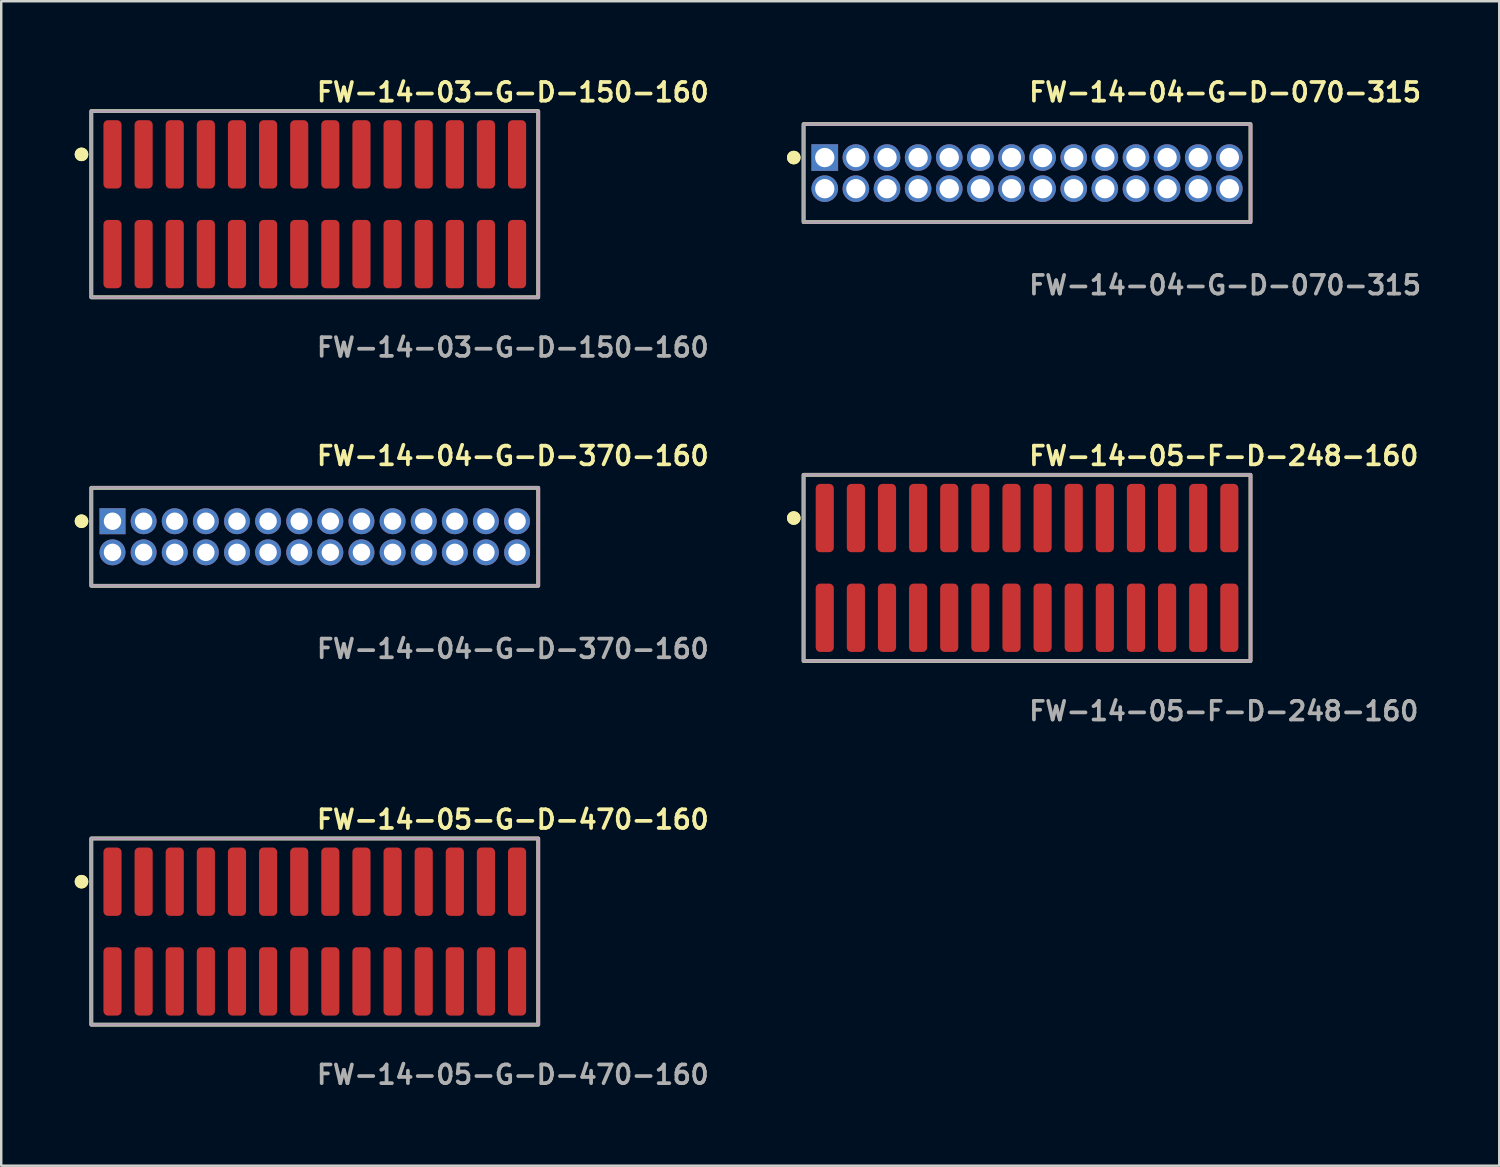
<source format=kicad_pcb>
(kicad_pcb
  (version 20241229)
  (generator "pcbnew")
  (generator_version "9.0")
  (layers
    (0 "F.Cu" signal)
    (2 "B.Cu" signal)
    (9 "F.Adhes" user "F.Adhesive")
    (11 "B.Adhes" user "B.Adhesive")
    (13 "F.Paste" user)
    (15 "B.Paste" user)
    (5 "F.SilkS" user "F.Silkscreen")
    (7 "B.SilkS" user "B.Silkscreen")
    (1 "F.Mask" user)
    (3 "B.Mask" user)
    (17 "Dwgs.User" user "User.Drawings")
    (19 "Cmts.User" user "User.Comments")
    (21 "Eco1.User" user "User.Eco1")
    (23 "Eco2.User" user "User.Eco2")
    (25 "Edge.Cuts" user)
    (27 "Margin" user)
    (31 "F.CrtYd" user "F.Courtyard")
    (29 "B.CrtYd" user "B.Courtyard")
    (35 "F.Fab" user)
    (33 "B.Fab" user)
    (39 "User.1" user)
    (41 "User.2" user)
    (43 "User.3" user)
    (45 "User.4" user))
  (footprint "FW-14-05-F-D-248-160"
    (layer "F.Cu")
    (at 38.863 20.126)
    (property "Reference" "FW-14-05-F-D-248-160" (at 0 -4.572 0) (unlocked yes) (layer "F.SilkS") (effects (font (size 0.762 0.762) (thickness 0.152)) (justify left)))
    (fp_rect (start -9.12 3.8) (end 9.12 -3.8) (stroke (width 0.152) (type solid)) (fill no) (layer "F.SilkS"))
    (fp_circle (center -9.52 -2.035) (end -9.72 -2.035) (stroke (width 0.152) (type solid)) (fill yes) (layer "F.SilkS"))
    (fp_circle (center -9.52 -2.035) (end -9.72 -2.035) (stroke (width 0.152) (type solid)) (fill yes) (layer "F.SilkS"))
    (fp_rect (start -9.12 3.8) (end 9.12 -3.8) (stroke (width 0.006) (type solid)) (fill no) (layer "F.CrtYd"))
    (fp_rect (start -9.12 3.8) (end 9.12 -3.8) (stroke (width 0.152) (type solid)) (fill no) (layer "F.Fab"))
    (fp_text user "${REFERENCE}" (at 0 5.842 0) (unlocked yes) (layer "F.Fab") (effects (font (size 0.762 0.762) (thickness 0.152)) (justify left)))
    (pad "1" smd roundrect (at -8.255 -2.035) (size 0.74 2.79) (layers "F.Cu" "F.Paste") (roundrect_rratio 0.25))
    (pad "2" smd roundrect (at -8.255 2.035) (size 0.74 2.79) (layers "F.Cu" "F.Paste") (roundrect_rratio 0.25))
    (pad "3" smd roundrect (at -6.985 -2.035) (size 0.74 2.79) (layers "F.Cu" "F.Paste") (roundrect_rratio 0.25))
    (pad "4" smd roundrect (at -6.985 2.035) (size 0.74 2.79) (layers "F.Cu" "F.Paste") (roundrect_rratio 0.25))
    (pad "5" smd roundrect (at -5.715 -2.035) (size 0.74 2.79) (layers "F.Cu" "F.Paste") (roundrect_rratio 0.25))
    (pad "6" smd roundrect (at -5.715 2.035) (size 0.74 2.79) (layers "F.Cu" "F.Paste") (roundrect_rratio 0.25))
    (pad "7" smd roundrect (at -4.445 -2.035) (size 0.74 2.79) (layers "F.Cu" "F.Paste") (roundrect_rratio 0.25))
    (pad "8" smd roundrect (at -4.445 2.035) (size 0.74 2.79) (layers "F.Cu" "F.Paste") (roundrect_rratio 0.25))
    (pad "9" smd roundrect (at -3.175 -2.035) (size 0.74 2.79) (layers "F.Cu" "F.Paste") (roundrect_rratio 0.25))
    (pad "10" smd roundrect (at -3.175 2.035) (size 0.74 2.79) (layers "F.Cu" "F.Paste") (roundrect_rratio 0.25))
    (pad "11" smd roundrect (at -1.905 -2.035) (size 0.74 2.79) (layers "F.Cu" "F.Paste") (roundrect_rratio 0.25))
    (pad "12" smd roundrect (at -1.905 2.035) (size 0.74 2.79) (layers "F.Cu" "F.Paste") (roundrect_rratio 0.25))
    (pad "13" smd roundrect (at -0.635 -2.035) (size 0.74 2.79) (layers "F.Cu" "F.Paste") (roundrect_rratio 0.25))
    (pad "14" smd roundrect (at -0.635 2.035) (size 0.74 2.79) (layers "F.Cu" "F.Paste") (roundrect_rratio 0.25))
    (pad "15" smd roundrect (at 0.635 -2.035) (size 0.74 2.79) (layers "F.Cu" "F.Paste") (roundrect_rratio 0.25))
    (pad "16" smd roundrect (at 0.635 2.035) (size 0.74 2.79) (layers "F.Cu" "F.Paste") (roundrect_rratio 0.25))
    (pad "17" smd roundrect (at 1.905 -2.035) (size 0.74 2.79) (layers "F.Cu" "F.Paste") (roundrect_rratio 0.25))
    (pad "18" smd roundrect (at 1.905 2.035) (size 0.74 2.79) (layers "F.Cu" "F.Paste") (roundrect_rratio 0.25))
    (pad "19" smd roundrect (at 3.175 -2.035) (size 0.74 2.79) (layers "F.Cu" "F.Paste") (roundrect_rratio 0.25))
    (pad "20" smd roundrect (at 3.175 2.035) (size 0.74 2.79) (layers "F.Cu" "F.Paste") (roundrect_rratio 0.25))
    (pad "21" smd roundrect (at 4.445 -2.035) (size 0.74 2.79) (layers "F.Cu" "F.Paste") (roundrect_rratio 0.25))
    (pad "22" smd roundrect (at 4.445 2.035) (size 0.74 2.79) (layers "F.Cu" "F.Paste") (roundrect_rratio 0.25))
    (pad "23" smd roundrect (at 5.715 -2.035) (size 0.74 2.79) (layers "F.Cu" "F.Paste") (roundrect_rratio 0.25))
    (pad "24" smd roundrect (at 5.715 2.035) (size 0.74 2.79) (layers "F.Cu" "F.Paste") (roundrect_rratio 0.25))
    (pad "25" smd roundrect (at 6.985 -2.035) (size 0.74 2.79) (layers "F.Cu" "F.Paste") (roundrect_rratio 0.25))
    (pad "26" smd roundrect (at 6.985 2.035) (size 0.74 2.79) (layers "F.Cu" "F.Paste") (roundrect_rratio 0.25))
    (pad "27" smd roundrect (at 8.255 -2.035) (size 0.74 2.79) (layers "F.Cu" "F.Paste") (roundrect_rratio 0.25))
    (pad "28" smd roundrect (at 8.255 2.035) (size 0.74 2.79) (layers "F.Cu" "F.Paste") (roundrect_rratio 0.25)))
  (footprint "FW-14-04-G-D-070-315"
    (layer "F.Cu")
    (at 38.863 4.015)
    (property "Reference" "FW-14-04-G-D-070-315" (at 0 -3.302 0) (unlocked yes) (layer "F.SilkS") (effects (font (size 0.762 0.762) (thickness 0.152)) (justify left)))
    (fp_rect (start -9.12 2) (end 9.12 -2) (stroke (width 0.152) (type solid)) (fill no) (layer "F.SilkS"))
    (fp_circle (center -9.52 -0.635) (end -9.72 -0.635) (stroke (width 0.152) (type solid)) (fill yes) (layer "F.SilkS"))
    (fp_circle (center -9.52 -0.635) (end -9.72 -0.635) (stroke (width 0.152) (type solid)) (fill yes) (layer "F.SilkS"))
    (fp_rect (start -9.12 2) (end 9.12 -2) (stroke (width 0.006) (type solid)) (fill no) (layer "F.CrtYd"))
    (fp_rect (start -9.12 2) (end 9.12 -2) (stroke (width 0.152) (type solid)) (fill no) (layer "F.Fab"))
    (fp_text user "${REFERENCE}" (at 0 4.572 0) (unlocked yes) (layer "F.Fab") (effects (font (size 0.762 0.762) (thickness 0.152)) (justify left)))
    (pad "1" thru_hole rect (at -8.255 -0.635) (size 1.087 1.087) (drill 0.787) (layers "*.Cu" "*.Mask"))
    (pad "2" thru_hole circle (at -8.255 0.635) (size 1.087 1.087) (drill 0.787) (layers "*.Cu" "*.Mask"))
    (pad "3" thru_hole circle (at -6.985 -0.635) (size 1.087 1.087) (drill 0.787) (layers "*.Cu" "*.Mask"))
    (pad "4" thru_hole circle (at -6.985 0.635) (size 1.087 1.087) (drill 0.787) (layers "*.Cu" "*.Mask"))
    (pad "5" thru_hole circle (at -5.715 -0.635) (size 1.087 1.087) (drill 0.787) (layers "*.Cu" "*.Mask"))
    (pad "6" thru_hole circle (at -5.715 0.635) (size 1.087 1.087) (drill 0.787) (layers "*.Cu" "*.Mask"))
    (pad "7" thru_hole circle (at -4.445 -0.635) (size 1.087 1.087) (drill 0.787) (layers "*.Cu" "*.Mask"))
    (pad "8" thru_hole circle (at -4.445 0.635) (size 1.087 1.087) (drill 0.787) (layers "*.Cu" "*.Mask"))
    (pad "9" thru_hole circle (at -3.175 -0.635) (size 1.087 1.087) (drill 0.787) (layers "*.Cu" "*.Mask"))
    (pad "10" thru_hole circle (at -3.175 0.635) (size 1.087 1.087) (drill 0.787) (layers "*.Cu" "*.Mask"))
    (pad "11" thru_hole circle (at -1.905 -0.635) (size 1.087 1.087) (drill 0.787) (layers "*.Cu" "*.Mask"))
    (pad "12" thru_hole circle (at -1.905 0.635) (size 1.087 1.087) (drill 0.787) (layers "*.Cu" "*.Mask"))
    (pad "13" thru_hole circle (at -0.635 -0.635) (size 1.087 1.087) (drill 0.787) (layers "*.Cu" "*.Mask"))
    (pad "14" thru_hole circle (at -0.635 0.635) (size 1.087 1.087) (drill 0.787) (layers "*.Cu" "*.Mask"))
    (pad "15" thru_hole circle (at 0.635 -0.635) (size 1.087 1.087) (drill 0.787) (layers "*.Cu" "*.Mask"))
    (pad "16" thru_hole circle (at 0.635 0.635) (size 1.087 1.087) (drill 0.787) (layers "*.Cu" "*.Mask"))
    (pad "17" thru_hole circle (at 1.905 -0.635) (size 1.087 1.087) (drill 0.787) (layers "*.Cu" "*.Mask"))
    (pad "18" thru_hole circle (at 1.905 0.635) (size 1.087 1.087) (drill 0.787) (layers "*.Cu" "*.Mask"))
    (pad "19" thru_hole circle (at 3.175 -0.635) (size 1.087 1.087) (drill 0.787) (layers "*.Cu" "*.Mask"))
    (pad "20" thru_hole circle (at 3.175 0.635) (size 1.087 1.087) (drill 0.787) (layers "*.Cu" "*.Mask"))
    (pad "21" thru_hole circle (at 4.445 -0.635) (size 1.087 1.087) (drill 0.787) (layers "*.Cu" "*.Mask"))
    (pad "22" thru_hole circle (at 4.445 0.635) (size 1.087 1.087) (drill 0.787) (layers "*.Cu" "*.Mask"))
    (pad "23" thru_hole circle (at 5.715 -0.635) (size 1.087 1.087) (drill 0.787) (layers "*.Cu" "*.Mask"))
    (pad "24" thru_hole circle (at 5.715 0.635) (size 1.087 1.087) (drill 0.787) (layers "*.Cu" "*.Mask"))
    (pad "25" thru_hole circle (at 6.985 -0.635) (size 1.087 1.087) (drill 0.787) (layers "*.Cu" "*.Mask"))
    (pad "26" thru_hole circle (at 6.985 0.635) (size 1.087 1.087) (drill 0.787) (layers "*.Cu" "*.Mask"))
    (pad "27" thru_hole circle (at 8.255 -0.635) (size 1.087 1.087) (drill 0.787) (layers "*.Cu" "*.Mask"))
    (pad "28" thru_hole circle (at 8.255 0.635) (size 1.087 1.087) (drill 0.787) (layers "*.Cu" "*.Mask")))
  (footprint "FW-14-03-G-D-150-160"
    (layer "F.Cu")
    (at 9.796 5.285)
    (property "Reference" "FW-14-03-G-D-150-160" (at 0 -4.572 0) (unlocked yes) (layer "F.SilkS") (effects (font (size 0.762 0.762) (thickness 0.152)) (justify left)))
    (fp_rect (start -9.12 3.8) (end 9.12 -3.8) (stroke (width 0.152) (type solid)) (fill no) (layer "F.SilkS"))
    (fp_circle (center -9.52 -2.035) (end -9.72 -2.035) (stroke (width 0.152) (type solid)) (fill yes) (layer "F.SilkS"))
    (fp_circle (center -9.52 -2.035) (end -9.72 -2.035) (stroke (width 0.152) (type solid)) (fill yes) (layer "F.SilkS"))
    (fp_rect (start -9.12 3.8) (end 9.12 -3.8) (stroke (width 0.006) (type solid)) (fill no) (layer "F.CrtYd"))
    (fp_rect (start -9.12 3.8) (end 9.12 -3.8) (stroke (width 0.152) (type solid)) (fill no) (layer "F.Fab"))
    (fp_text user "${REFERENCE}" (at 0 5.842 0) (unlocked yes) (layer "F.Fab") (effects (font (size 0.762 0.762) (thickness 0.152)) (justify left)))
    (pad "1" smd roundrect (at -8.255 -2.035) (size 0.74 2.79) (layers "F.Cu" "F.Paste") (roundrect_rratio 0.25))
    (pad "2" smd roundrect (at -8.255 2.035) (size 0.74 2.79) (layers "F.Cu" "F.Paste") (roundrect_rratio 0.25))
    (pad "3" smd roundrect (at -6.985 -2.035) (size 0.74 2.79) (layers "F.Cu" "F.Paste") (roundrect_rratio 0.25))
    (pad "4" smd roundrect (at -6.985 2.035) (size 0.74 2.79) (layers "F.Cu" "F.Paste") (roundrect_rratio 0.25))
    (pad "5" smd roundrect (at -5.715 -2.035) (size 0.74 2.79) (layers "F.Cu" "F.Paste") (roundrect_rratio 0.25))
    (pad "6" smd roundrect (at -5.715 2.035) (size 0.74 2.79) (layers "F.Cu" "F.Paste") (roundrect_rratio 0.25))
    (pad "7" smd roundrect (at -4.445 -2.035) (size 0.74 2.79) (layers "F.Cu" "F.Paste") (roundrect_rratio 0.25))
    (pad "8" smd roundrect (at -4.445 2.035) (size 0.74 2.79) (layers "F.Cu" "F.Paste") (roundrect_rratio 0.25))
    (pad "9" smd roundrect (at -3.175 -2.035) (size 0.74 2.79) (layers "F.Cu" "F.Paste") (roundrect_rratio 0.25))
    (pad "10" smd roundrect (at -3.175 2.035) (size 0.74 2.79) (layers "F.Cu" "F.Paste") (roundrect_rratio 0.25))
    (pad "11" smd roundrect (at -1.905 -2.035) (size 0.74 2.79) (layers "F.Cu" "F.Paste") (roundrect_rratio 0.25))
    (pad "12" smd roundrect (at -1.905 2.035) (size 0.74 2.79) (layers "F.Cu" "F.Paste") (roundrect_rratio 0.25))
    (pad "13" smd roundrect (at -0.635 -2.035) (size 0.74 2.79) (layers "F.Cu" "F.Paste") (roundrect_rratio 0.25))
    (pad "14" smd roundrect (at -0.635 2.035) (size 0.74 2.79) (layers "F.Cu" "F.Paste") (roundrect_rratio 0.25))
    (pad "15" smd roundrect (at 0.635 -2.035) (size 0.74 2.79) (layers "F.Cu" "F.Paste") (roundrect_rratio 0.25))
    (pad "16" smd roundrect (at 0.635 2.035) (size 0.74 2.79) (layers "F.Cu" "F.Paste") (roundrect_rratio 0.25))
    (pad "17" smd roundrect (at 1.905 -2.035) (size 0.74 2.79) (layers "F.Cu" "F.Paste") (roundrect_rratio 0.25))
    (pad "18" smd roundrect (at 1.905 2.035) (size 0.74 2.79) (layers "F.Cu" "F.Paste") (roundrect_rratio 0.25))
    (pad "19" smd roundrect (at 3.175 -2.035) (size 0.74 2.79) (layers "F.Cu" "F.Paste") (roundrect_rratio 0.25))
    (pad "20" smd roundrect (at 3.175 2.035) (size 0.74 2.79) (layers "F.Cu" "F.Paste") (roundrect_rratio 0.25))
    (pad "21" smd roundrect (at 4.445 -2.035) (size 0.74 2.79) (layers "F.Cu" "F.Paste") (roundrect_rratio 0.25))
    (pad "22" smd roundrect (at 4.445 2.035) (size 0.74 2.79) (layers "F.Cu" "F.Paste") (roundrect_rratio 0.25))
    (pad "23" smd roundrect (at 5.715 -2.035) (size 0.74 2.79) (layers "F.Cu" "F.Paste") (roundrect_rratio 0.25))
    (pad "24" smd roundrect (at 5.715 2.035) (size 0.74 2.79) (layers "F.Cu" "F.Paste") (roundrect_rratio 0.25))
    (pad "25" smd roundrect (at 6.985 -2.035) (size 0.74 2.79) (layers "F.Cu" "F.Paste") (roundrect_rratio 0.25))
    (pad "26" smd roundrect (at 6.985 2.035) (size 0.74 2.79) (layers "F.Cu" "F.Paste") (roundrect_rratio 0.25))
    (pad "27" smd roundrect (at 8.255 -2.035) (size 0.74 2.79) (layers "F.Cu" "F.Paste") (roundrect_rratio 0.25))
    (pad "28" smd roundrect (at 8.255 2.035) (size 0.74 2.79) (layers "F.Cu" "F.Paste") (roundrect_rratio 0.25)))
  (footprint "FW-14-05-G-D-470-160"
    (layer "F.Cu")
    (at 9.796 34.966)
    (property "Reference" "FW-14-05-G-D-470-160" (at 0 -4.572 0) (unlocked yes) (layer "F.SilkS") (effects (font (size 0.762 0.762) (thickness 0.152)) (justify left)))
    (fp_rect (start -9.12 3.8) (end 9.12 -3.8) (stroke (width 0.152) (type solid)) (fill no) (layer "F.SilkS"))
    (fp_circle (center -9.52 -2.035) (end -9.72 -2.035) (stroke (width 0.152) (type solid)) (fill yes) (layer "F.SilkS"))
    (fp_circle (center -9.52 -2.035) (end -9.72 -2.035) (stroke (width 0.152) (type solid)) (fill yes) (layer "F.SilkS"))
    (fp_rect (start -9.12 3.8) (end 9.12 -3.8) (stroke (width 0.006) (type solid)) (fill no) (layer "F.CrtYd"))
    (fp_rect (start -9.12 3.8) (end 9.12 -3.8) (stroke (width 0.152) (type solid)) (fill no) (layer "F.Fab"))
    (fp_text user "${REFERENCE}" (at 0 5.842 0) (unlocked yes) (layer "F.Fab") (effects (font (size 0.762 0.762) (thickness 0.152)) (justify left)))
    (pad "1" smd roundrect (at -8.255 -2.035) (size 0.74 2.79) (layers "F.Cu" "F.Paste") (roundrect_rratio 0.25))
    (pad "2" smd roundrect (at -8.255 2.035) (size 0.74 2.79) (layers "F.Cu" "F.Paste") (roundrect_rratio 0.25))
    (pad "3" smd roundrect (at -6.985 -2.035) (size 0.74 2.79) (layers "F.Cu" "F.Paste") (roundrect_rratio 0.25))
    (pad "4" smd roundrect (at -6.985 2.035) (size 0.74 2.79) (layers "F.Cu" "F.Paste") (roundrect_rratio 0.25))
    (pad "5" smd roundrect (at -5.715 -2.035) (size 0.74 2.79) (layers "F.Cu" "F.Paste") (roundrect_rratio 0.25))
    (pad "6" smd roundrect (at -5.715 2.035) (size 0.74 2.79) (layers "F.Cu" "F.Paste") (roundrect_rratio 0.25))
    (pad "7" smd roundrect (at -4.445 -2.035) (size 0.74 2.79) (layers "F.Cu" "F.Paste") (roundrect_rratio 0.25))
    (pad "8" smd roundrect (at -4.445 2.035) (size 0.74 2.79) (layers "F.Cu" "F.Paste") (roundrect_rratio 0.25))
    (pad "9" smd roundrect (at -3.175 -2.035) (size 0.74 2.79) (layers "F.Cu" "F.Paste") (roundrect_rratio 0.25))
    (pad "10" smd roundrect (at -3.175 2.035) (size 0.74 2.79) (layers "F.Cu" "F.Paste") (roundrect_rratio 0.25))
    (pad "11" smd roundrect (at -1.905 -2.035) (size 0.74 2.79) (layers "F.Cu" "F.Paste") (roundrect_rratio 0.25))
    (pad "12" smd roundrect (at -1.905 2.035) (size 0.74 2.79) (layers "F.Cu" "F.Paste") (roundrect_rratio 0.25))
    (pad "13" smd roundrect (at -0.635 -2.035) (size 0.74 2.79) (layers "F.Cu" "F.Paste") (roundrect_rratio 0.25))
    (pad "14" smd roundrect (at -0.635 2.035) (size 0.74 2.79) (layers "F.Cu" "F.Paste") (roundrect_rratio 0.25))
    (pad "15" smd roundrect (at 0.635 -2.035) (size 0.74 2.79) (layers "F.Cu" "F.Paste") (roundrect_rratio 0.25))
    (pad "16" smd roundrect (at 0.635 2.035) (size 0.74 2.79) (layers "F.Cu" "F.Paste") (roundrect_rratio 0.25))
    (pad "17" smd roundrect (at 1.905 -2.035) (size 0.74 2.79) (layers "F.Cu" "F.Paste") (roundrect_rratio 0.25))
    (pad "18" smd roundrect (at 1.905 2.035) (size 0.74 2.79) (layers "F.Cu" "F.Paste") (roundrect_rratio 0.25))
    (pad "19" smd roundrect (at 3.175 -2.035) (size 0.74 2.79) (layers "F.Cu" "F.Paste") (roundrect_rratio 0.25))
    (pad "20" smd roundrect (at 3.175 2.035) (size 0.74 2.79) (layers "F.Cu" "F.Paste") (roundrect_rratio 0.25))
    (pad "21" smd roundrect (at 4.445 -2.035) (size 0.74 2.79) (layers "F.Cu" "F.Paste") (roundrect_rratio 0.25))
    (pad "22" smd roundrect (at 4.445 2.035) (size 0.74 2.79) (layers "F.Cu" "F.Paste") (roundrect_rratio 0.25))
    (pad "23" smd roundrect (at 5.715 -2.035) (size 0.74 2.79) (layers "F.Cu" "F.Paste") (roundrect_rratio 0.25))
    (pad "24" smd roundrect (at 5.715 2.035) (size 0.74 2.79) (layers "F.Cu" "F.Paste") (roundrect_rratio 0.25))
    (pad "25" smd roundrect (at 6.985 -2.035) (size 0.74 2.79) (layers "F.Cu" "F.Paste") (roundrect_rratio 0.25))
    (pad "26" smd roundrect (at 6.985 2.035) (size 0.74 2.79) (layers "F.Cu" "F.Paste") (roundrect_rratio 0.25))
    (pad "27" smd roundrect (at 8.255 -2.035) (size 0.74 2.79) (layers "F.Cu" "F.Paste") (roundrect_rratio 0.25))
    (pad "28" smd roundrect (at 8.255 2.035) (size 0.74 2.79) (layers "F.Cu" "F.Paste") (roundrect_rratio 0.25)))
  (footprint "FW-14-04-G-D-370-160"
    (layer "F.Cu")
    (at 9.796 18.856)
    (property "Reference" "FW-14-04-G-D-370-160" (at 0 -3.302 0) (unlocked yes) (layer "F.SilkS") (effects (font (size 0.762 0.762) (thickness 0.152)) (justify left)))
    (fp_rect (start -9.12 2) (end 9.12 -2) (stroke (width 0.152) (type solid)) (fill no) (layer "F.SilkS"))
    (fp_circle (center -9.52 -0.635) (end -9.72 -0.635) (stroke (width 0.152) (type solid)) (fill yes) (layer "F.SilkS"))
    (fp_circle (center -9.52 -0.635) (end -9.72 -0.635) (stroke (width 0.152) (type solid)) (fill yes) (layer "F.SilkS"))
    (fp_rect (start -9.12 2) (end 9.12 -2) (stroke (width 0.006) (type solid)) (fill no) (layer "F.CrtYd"))
    (fp_rect (start -9.12 2) (end 9.12 -2) (stroke (width 0.152) (type solid)) (fill no) (layer "F.Fab"))
    (fp_text user "${REFERENCE}" (at 0 4.572 0) (unlocked yes) (layer "F.Fab") (effects (font (size 0.762 0.762) (thickness 0.152)) (justify left)))
    (pad "1" thru_hole rect (at -8.255 -0.635) (size 1.06 1.06) (drill 0.71) (layers "*.Cu" "*.Mask"))
    (pad "2" thru_hole circle (at -8.255 0.635) (size 1.06 1.06) (drill 0.71) (layers "*.Cu" "*.Mask"))
    (pad "3" thru_hole circle (at -6.985 -0.635) (size 1.06 1.06) (drill 0.71) (layers "*.Cu" "*.Mask"))
    (pad "4" thru_hole circle (at -6.985 0.635) (size 1.06 1.06) (drill 0.71) (layers "*.Cu" "*.Mask"))
    (pad "5" thru_hole circle (at -5.715 -0.635) (size 1.06 1.06) (drill 0.71) (layers "*.Cu" "*.Mask"))
    (pad "6" thru_hole circle (at -5.715 0.635) (size 1.06 1.06) (drill 0.71) (layers "*.Cu" "*.Mask"))
    (pad "7" thru_hole circle (at -4.445 -0.635) (size 1.06 1.06) (drill 0.71) (layers "*.Cu" "*.Mask"))
    (pad "8" thru_hole circle (at -4.445 0.635) (size 1.06 1.06) (drill 0.71) (layers "*.Cu" "*.Mask"))
    (pad "9" thru_hole circle (at -3.175 -0.635) (size 1.06 1.06) (drill 0.71) (layers "*.Cu" "*.Mask"))
    (pad "10" thru_hole circle (at -3.175 0.635) (size 1.06 1.06) (drill 0.71) (layers "*.Cu" "*.Mask"))
    (pad "11" thru_hole circle (at -1.905 -0.635) (size 1.06 1.06) (drill 0.71) (layers "*.Cu" "*.Mask"))
    (pad "12" thru_hole circle (at -1.905 0.635) (size 1.06 1.06) (drill 0.71) (layers "*.Cu" "*.Mask"))
    (pad "13" thru_hole circle (at -0.635 -0.635) (size 1.06 1.06) (drill 0.71) (layers "*.Cu" "*.Mask"))
    (pad "14" thru_hole circle (at -0.635 0.635) (size 1.06 1.06) (drill 0.71) (layers "*.Cu" "*.Mask"))
    (pad "15" thru_hole circle (at 0.635 -0.635) (size 1.06 1.06) (drill 0.71) (layers "*.Cu" "*.Mask"))
    (pad "16" thru_hole circle (at 0.635 0.635) (size 1.06 1.06) (drill 0.71) (layers "*.Cu" "*.Mask"))
    (pad "17" thru_hole circle (at 1.905 -0.635) (size 1.06 1.06) (drill 0.71) (layers "*.Cu" "*.Mask"))
    (pad "18" thru_hole circle (at 1.905 0.635) (size 1.06 1.06) (drill 0.71) (layers "*.Cu" "*.Mask"))
    (pad "19" thru_hole circle (at 3.175 -0.635) (size 1.06 1.06) (drill 0.71) (layers "*.Cu" "*.Mask"))
    (pad "20" thru_hole circle (at 3.175 0.635) (size 1.06 1.06) (drill 0.71) (layers "*.Cu" "*.Mask"))
    (pad "21" thru_hole circle (at 4.445 -0.635) (size 1.06 1.06) (drill 0.71) (layers "*.Cu" "*.Mask"))
    (pad "22" thru_hole circle (at 4.445 0.635) (size 1.06 1.06) (drill 0.71) (layers "*.Cu" "*.Mask"))
    (pad "23" thru_hole circle (at 5.715 -0.635) (size 1.06 1.06) (drill 0.71) (layers "*.Cu" "*.Mask"))
    (pad "24" thru_hole circle (at 5.715 0.635) (size 1.06 1.06) (drill 0.71) (layers "*.Cu" "*.Mask"))
    (pad "25" thru_hole circle (at 6.985 -0.635) (size 1.06 1.06) (drill 0.71) (layers "*.Cu" "*.Mask"))
    (pad "26" thru_hole circle (at 6.985 0.635) (size 1.06 1.06) (drill 0.71) (layers "*.Cu" "*.Mask"))
    (pad "27" thru_hole circle (at 8.255 -0.635) (size 1.06 1.06) (drill 0.71) (layers "*.Cu" "*.Mask"))
    (pad "28" thru_hole circle (at 8.255 0.635) (size 1.06 1.06) (drill 0.71) (layers "*.Cu" "*.Mask")))
  (gr_rect
    (start -3 -3)
    (end 58.133 44.521)
    (stroke (width 0.1) (type default))
    (fill no)
    (layer "Edge.Cuts")))
</source>
